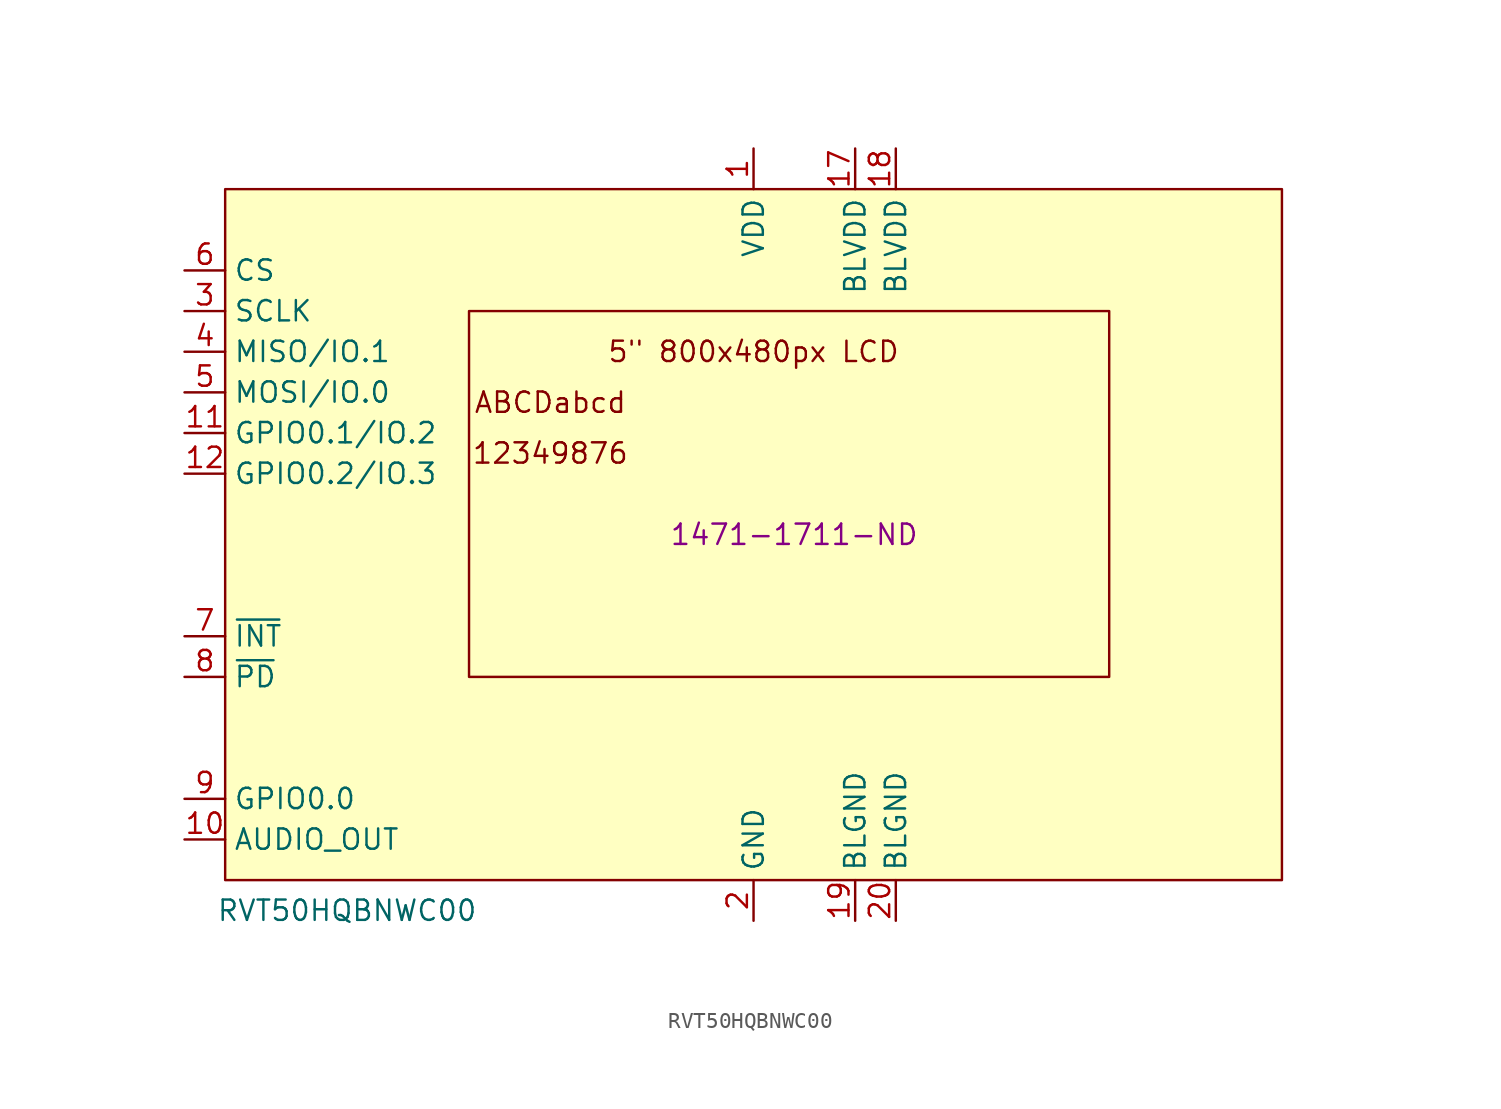
<source format=kicad_sym>
(kicad_symbol_lib
  (version 20231120)
  (generator "kicad_symbol_editor")
  (generator_version "8.0")
  (symbol "RVT50HQBNWC00"
    (property "Reference" "J"
      (at -30.48 22.86 0)
      (effects (font (size 1.27 1.27)) (hide yes)))
    (property "Value" "RVT50HQBNWC00"
      (at -25.4 -23.495 0)
      (effects (font (size 1.27 1.27))))
    (property "Digikey" "1471-1711-ND"
      (at 2.54 0 0)
      (effects (font (size 1.27 1.27))))
    (symbol "RVT50HQBNWC00_0_0"
      (text "12349876" (at -12.7 5.08 0) (effects (font (size 1.27 1.27))))
      (text "5\" 800x480px LCD" (at 0 11.43 0) (effects (font (size 1.27 1.27))))
      (text "ABCDabcd" (at -12.7 8.255 0) (effects (font (size 1.27 1.27)))))
    (symbol "RVT50HQBNWC00_0_1"
      (rectangle (start -33.02 21.59) (end 33.02 -21.59) (stroke (width 0) (type default)) (fill (type background)))
      (rectangle (start -17.78 13.97) (end 22.225 -8.89) (stroke (width 0) (type default)) (fill (type none))))
    (symbol "RVT50HQBNWC00_1_1"
      (pin power_in line (at 0 24.13 270) (length 2.54) (name "VDD" (effects (font (size 1.27 1.27)))) (number "1" (effects (font (size 1.27 1.27)))))
      (pin output line (at -35.56 -19.05 0) (length 2.54) (name "AUDIO_OUT" (effects (font (size 1.27 1.27)))) (number "10" (effects (font (size 1.27 1.27)))))
      (pin input line (at -35.56 6.35 0) (length 2.54) (name "GPIO0.1/IO.2" (effects (font (size 1.27 1.27)))) (number "11" (effects (font (size 1.27 1.27)))))
      (pin input line (at -35.56 3.81 0) (length 2.54) (name "GPIO0.2/IO.3" (effects (font (size 1.27 1.27)))) (number "12" (effects (font (size 1.27 1.27)))))
      (pin no_connect line (at 35.56 -1.27 180) (length 2.54) hide (name "" (effects (font (size 1.27 1.27)))) (number "13" (effects (font (size 1.27 1.27)))))
      (pin no_connect line (at 35.56 1.27 180) (length 2.54) hide (name "" (effects (font (size 1.27 1.27)))) (number "14" (effects (font (size 1.27 1.27)))))
      (pin no_connect line (at 35.56 3.81 180) (length 2.54) hide (name "" (effects (font (size 1.27 1.27)))) (number "15" (effects (font (size 1.27 1.27)))))
      (pin no_connect line (at 35.56 6.35 180) (length 2.54) hide (name "" (effects (font (size 1.27 1.27)))) (number "16" (effects (font (size 1.27 1.27)))))
      (pin power_in line (at 6.35 24.13 270) (length 2.54) (name "BLVDD" (effects (font (size 1.27 1.27)))) (number "17" (effects (font (size 1.27 1.27)))))
      (pin power_in line (at 8.89 24.13 270) (length 2.54) (name "BLVDD" (effects (font (size 1.27 1.27)))) (number "18" (effects (font (size 1.27 1.27)))))
      (pin power_in line (at 6.35 -24.13 90) (length 2.54) (name "BLGND" (effects (font (size 1.27 1.27)))) (number "19" (effects (font (size 1.27 1.27)))))
      (pin power_in line (at 0 -24.13 90) (length 2.54) (name "GND" (effects (font (size 1.27 1.27)))) (number "2" (effects (font (size 1.27 1.27)))))
      (pin power_in line (at 8.89 -24.13 90) (length 2.54) (name "BLGND" (effects (font (size 1.27 1.27)))) (number "20" (effects (font (size 1.27 1.27)))))
      (pin input line (at -35.56 13.97 0) (length 2.54) (name "SCLK" (effects (font (size 1.27 1.27)))) (number "3" (effects (font (size 1.27 1.27)))))
      (pin bidirectional line (at -35.56 11.43 0) (length 2.54) (name "MISO/IO.1" (effects (font (size 1.27 1.27)))) (number "4" (effects (font (size 1.27 1.27)))))
      (pin input line (at -35.56 8.89 0) (length 2.54) (name "MOSI/IO.0" (effects (font (size 1.27 1.27)))) (number "5" (effects (font (size 1.27 1.27)))))
      (pin input line (at -35.56 16.51 0) (length 2.54) (name "CS" (effects (font (size 1.27 1.27)))) (number "6" (effects (font (size 1.27 1.27)))))
      (pin open_collector line (at -35.56 -6.35 0) (length 2.54) (name "~{INT}" (effects (font (size 1.27 1.27)))) (number "7" (effects (font (size 1.27 1.27)))))
      (pin open_collector line (at -35.56 -8.89 0) (length 2.54) (name "~{PD}" (effects (font (size 1.27 1.27)))) (number "8" (effects (font (size 1.27 1.27)))))
      (pin input line (at -35.56 -16.51 0) (length 2.54) (name "GPIO0.0" (effects (font (size 1.27 1.27)))) (number "9" (effects (font (size 1.27 1.27))))))))
</source>
